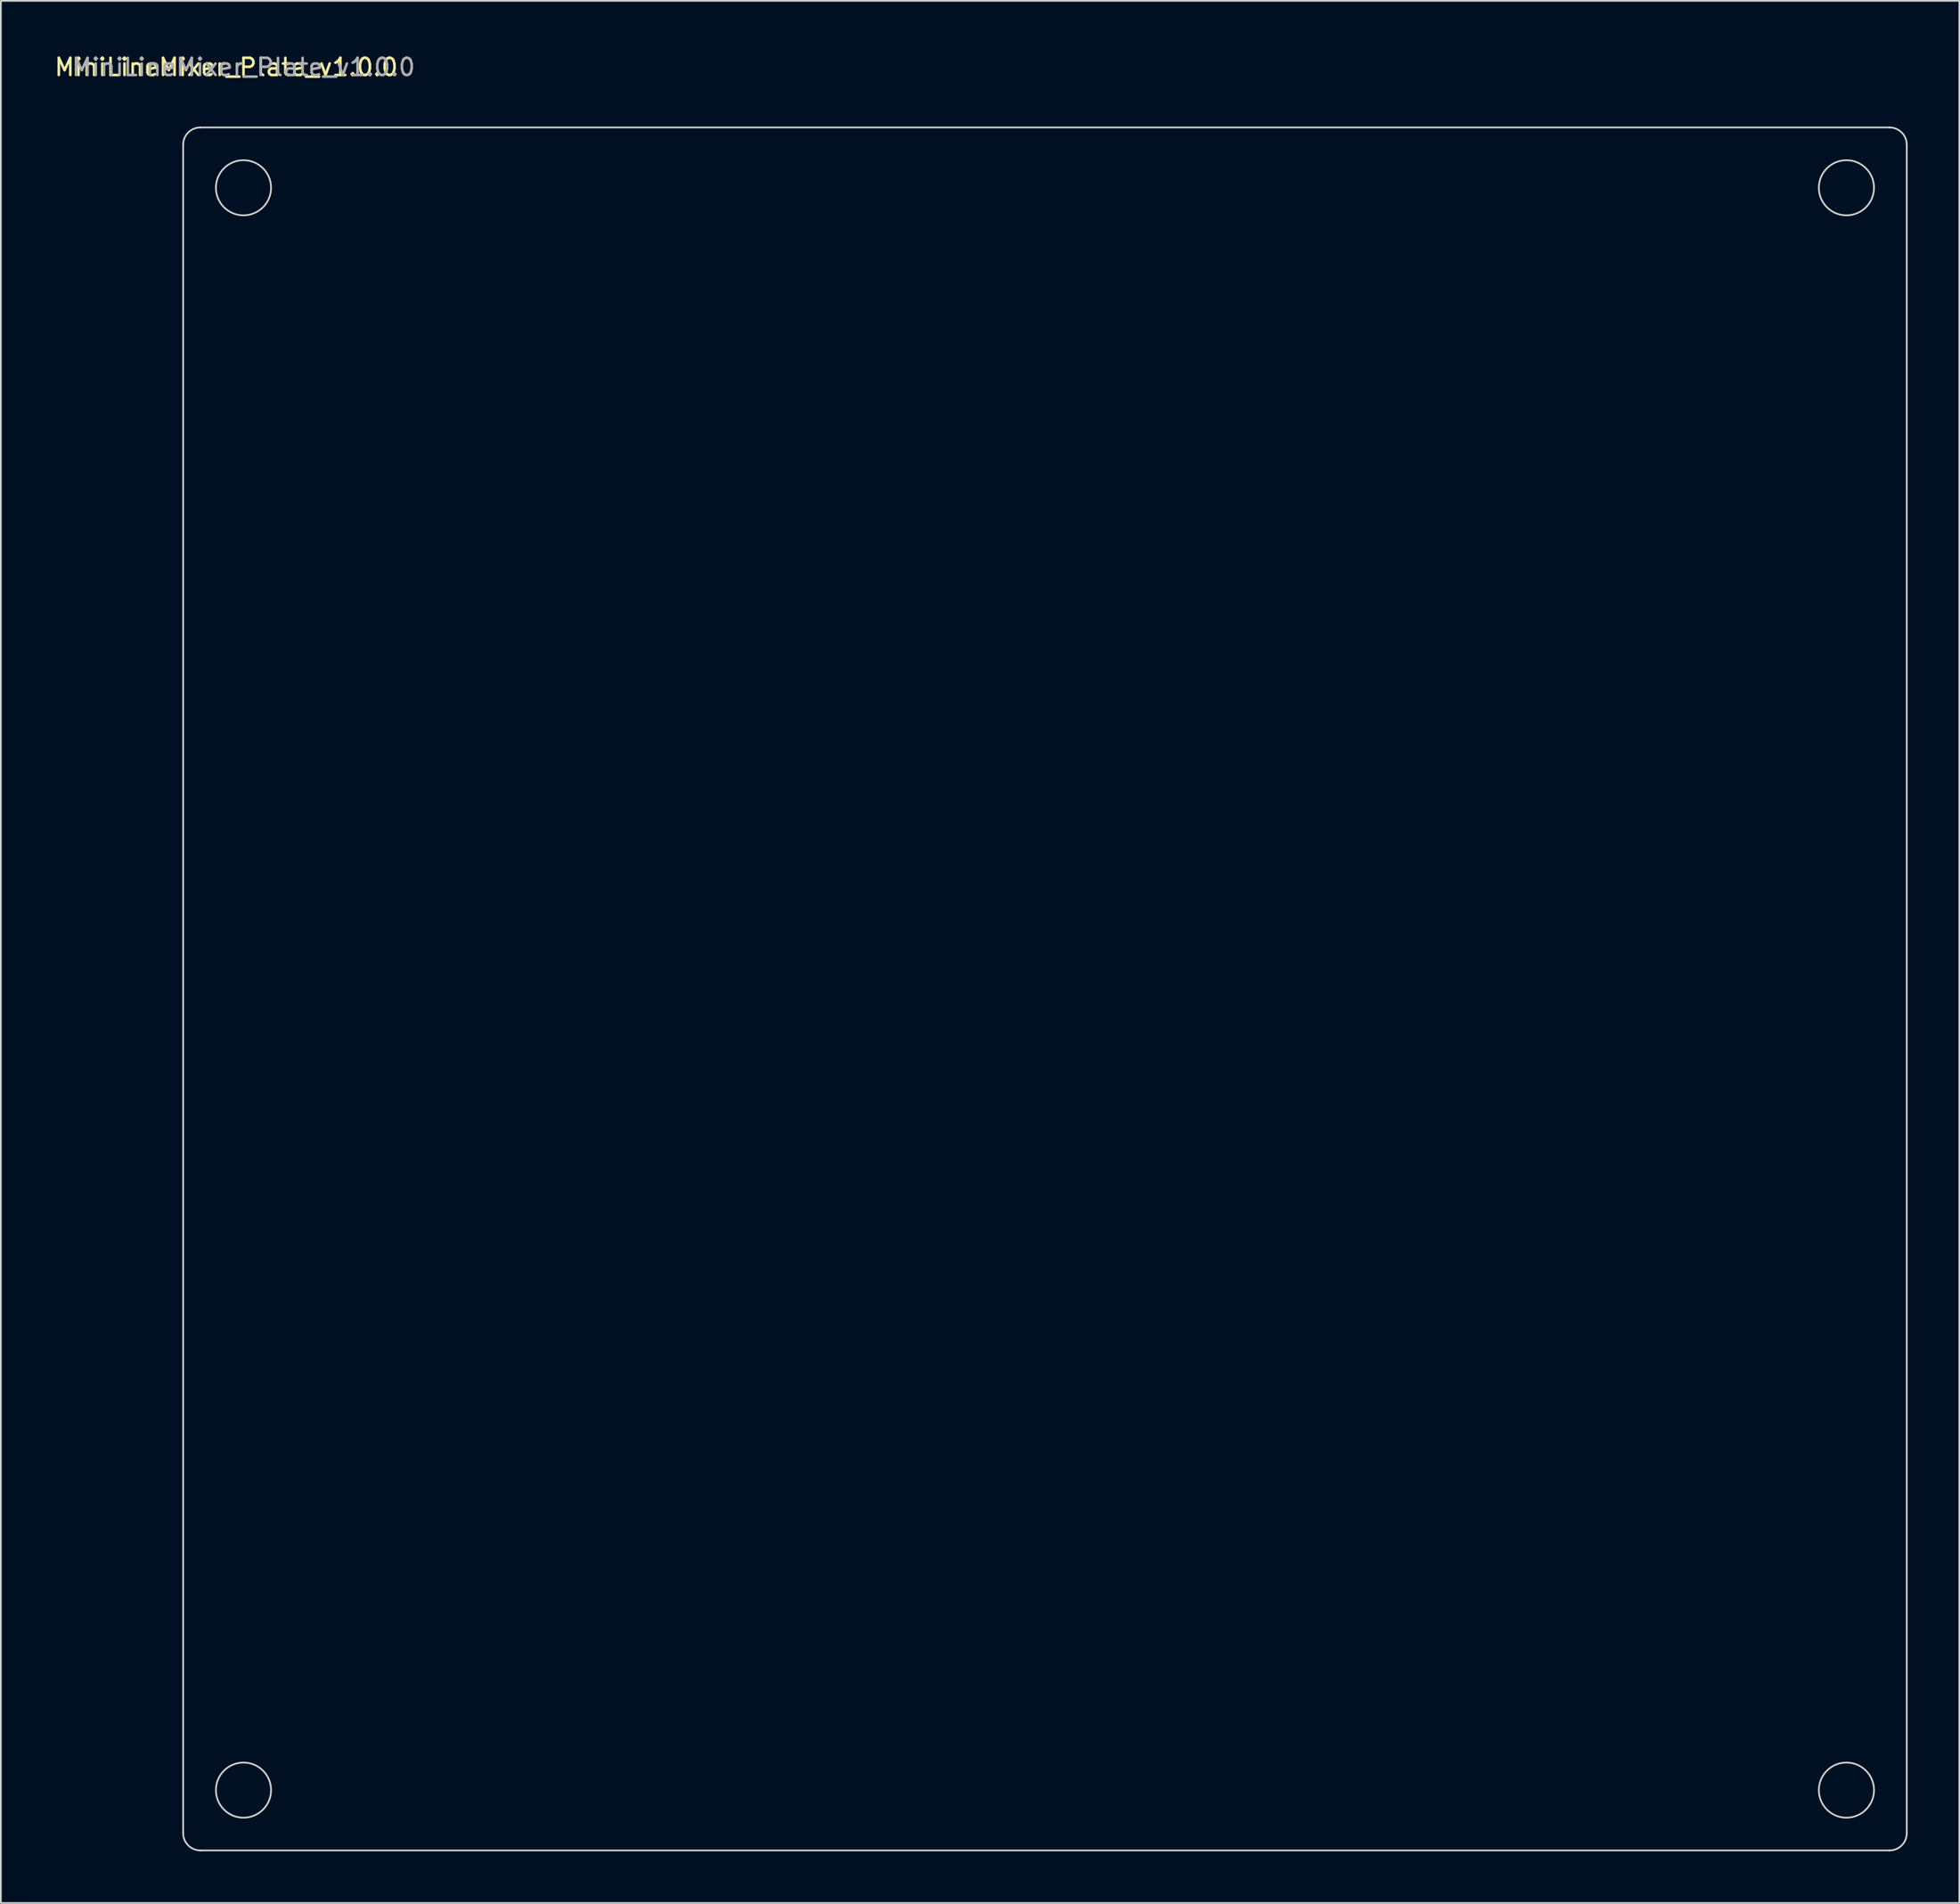
<source format=kicad_pcb>
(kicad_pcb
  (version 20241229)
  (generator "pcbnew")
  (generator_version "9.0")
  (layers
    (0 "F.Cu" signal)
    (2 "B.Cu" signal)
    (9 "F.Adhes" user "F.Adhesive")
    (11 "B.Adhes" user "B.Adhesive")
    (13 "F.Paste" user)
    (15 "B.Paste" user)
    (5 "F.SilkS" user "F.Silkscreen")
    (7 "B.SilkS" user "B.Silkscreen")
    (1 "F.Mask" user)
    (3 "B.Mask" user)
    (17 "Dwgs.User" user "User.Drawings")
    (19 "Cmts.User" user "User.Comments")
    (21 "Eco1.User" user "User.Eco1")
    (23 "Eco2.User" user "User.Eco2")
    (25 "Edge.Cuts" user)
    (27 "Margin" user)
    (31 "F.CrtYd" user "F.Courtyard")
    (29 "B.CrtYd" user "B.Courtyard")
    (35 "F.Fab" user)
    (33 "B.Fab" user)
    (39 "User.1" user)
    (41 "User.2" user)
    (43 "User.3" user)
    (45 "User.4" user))
  (footprint "MiniLineMixer_Plate_v1.0.0"
    (layer "F.Cu")
    (at 11.077 7.848)
    (property "Reference" "MiniLineMixer_Plate_v1.0.0" (at -1 -7 0) (unlocked yes) (layer "F.SilkS") (effects (font (size 1 1) (thickness 0.15))))
    (fp_line (start -3.5 -2.5) (end -3.5 95.5) (stroke (width 0.1) (type solid)) (layer "Edge.Cuts"))
    (fp_line (start -2.5 96.5) (end 95.5 96.5) (stroke (width 0.1) (type solid)) (layer "Edge.Cuts"))
    (fp_line (start 95.5 -3.5) (end -2.5 -3.5) (stroke (width 0.1) (type solid)) (layer "Edge.Cuts"))
    (fp_line (start 96.5 95.5) (end 96.5 -2.5) (stroke (width 0.1) (type solid)) (layer "Edge.Cuts"))
    (fp_arc (start -3.5 -2.5) (mid -3.207107 -3.207107) (end -2.5 -3.5) (stroke (width 0.1) (type solid)) (layer "Edge.Cuts"))
    (fp_arc (start -2.5 96.5) (mid -3.207107 96.207107) (end -3.5 95.5) (stroke (width 0.1) (type solid)) (layer "Edge.Cuts"))
    (fp_arc (start 95.5 -3.5) (mid 96.207107 -3.207107) (end 96.5 -2.5) (stroke (width 0.1) (type solid)) (layer "Edge.Cuts"))
    (fp_arc (start 96.5 95.5) (mid 96.207107 96.207107) (end 95.5 96.5) (stroke (width 0.1) (type solid)) (layer "Edge.Cuts"))
    (fp_circle (center 0 0) (end 1.6 0) (stroke (width 0.1) (type solid)) (fill no) (layer "Edge.Cuts"))
    (fp_circle (center 0 93) (end 1.6 93) (stroke (width 0.1) (type solid)) (fill no) (layer "Edge.Cuts"))
    (fp_circle (center 93 0) (end 94.6 0) (stroke (width 0.1) (type solid)) (fill no) (layer "Edge.Cuts"))
    (fp_circle (center 93 93) (end 94.6 93) (stroke (width 0.1) (type solid)) (fill no) (layer "Edge.Cuts"))
    (fp_text user "${REFERENCE}" (at 0 -7 0) (unlocked yes) (layer "F.Fab") (effects (font (size 1 1) (thickness 0.15)))))
  (gr_rect
    (start -3 -3)
    (end 110.627 107.398)
    (stroke (width 0.1) (type default))
    (fill no)
    (layer "Edge.Cuts")))
</source>
